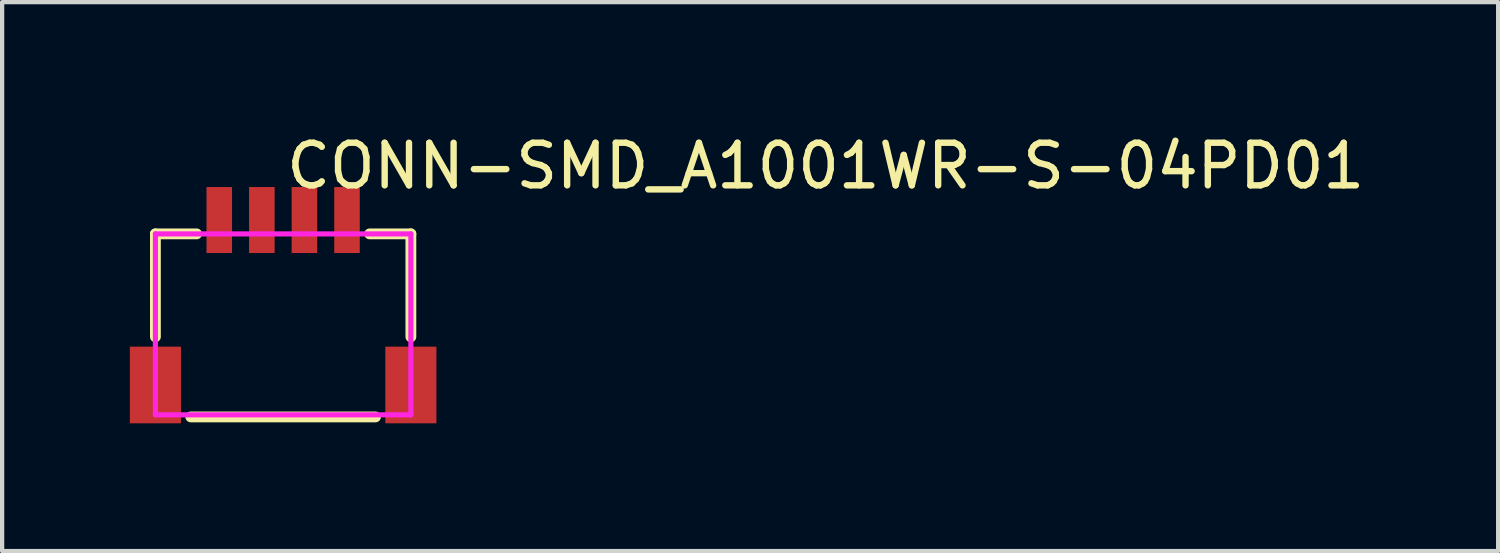
<source format=kicad_pcb>
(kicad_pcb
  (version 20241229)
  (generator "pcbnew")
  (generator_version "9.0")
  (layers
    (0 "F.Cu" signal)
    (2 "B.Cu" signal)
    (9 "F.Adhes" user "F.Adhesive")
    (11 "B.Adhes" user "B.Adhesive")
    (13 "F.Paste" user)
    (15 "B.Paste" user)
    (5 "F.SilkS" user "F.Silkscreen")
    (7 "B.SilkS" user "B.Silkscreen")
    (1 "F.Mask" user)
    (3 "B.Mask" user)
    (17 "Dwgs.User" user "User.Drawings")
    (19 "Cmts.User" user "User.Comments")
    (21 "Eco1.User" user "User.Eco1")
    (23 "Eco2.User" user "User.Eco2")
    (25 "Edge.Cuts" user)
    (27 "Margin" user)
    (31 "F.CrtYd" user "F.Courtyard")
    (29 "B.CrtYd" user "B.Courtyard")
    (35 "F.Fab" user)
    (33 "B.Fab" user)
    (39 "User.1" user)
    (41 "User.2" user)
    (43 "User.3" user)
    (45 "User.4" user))
  (footprint "CONN-SMD_A1001WR-S-04PD01"
    (layer "F.Cu")
    (at 3.6 4.055)
    (property "Reference" "CONN-SMD_A1001WR-S-04PD01" (at 0 -3.207 0) (layer "F.SilkS") (effects (font (size 1 1) (thickness 0.15)) (justify left)))
    (attr through_hole)
    (fp_line (start -3 -1.612) (end -3 0.806) (stroke (width 0.254) (type solid)) (layer "F.SilkS"))
    (fp_line (start -2.169 2.687) (end 2.169 2.687) (stroke (width 0.254) (type solid)) (layer "F.SilkS"))
    (fp_line (start -2.031 -1.612) (end -3 -1.612) (stroke (width 0.254) (type solid)) (layer "F.SilkS"))
    (fp_line (start 3 -1.612) (end 2.031 -1.612) (stroke (width 0.254) (type solid)) (layer "F.SilkS"))
    (fp_line (start 3 -1.612) (end 3 0.806) (stroke (width 0.254) (type solid)) (layer "F.SilkS"))
    (fp_circle (center -3 -2.312) (end -2.97 -2.312) (stroke (width 0.06) (type solid)) (fill no) (layer "Eco2.User"))
    (fp_poly (pts (xy -2.8 2.638) (xy -3 2.638) (xy -3 1.238) (xy -2.8 1.238)) (stroke (width 0.12) (type solid)) (fill no) (layer "Eco2.User"))
    (fp_poly (pts (xy -1.4 -2.312) (xy -1.4 -1.312) (xy -1.6 -1.312) (xy -1.6 -2.312)) (stroke (width 0.12) (type solid)) (fill no) (layer "Eco2.User"))
    (fp_poly (pts (xy -0.4 -2.312) (xy -0.4 -1.312) (xy -0.6 -1.312) (xy -0.6 -2.312)) (stroke (width 0.12) (type solid)) (fill no) (layer "Eco2.User"))
    (fp_poly (pts (xy 0.6 -2.312) (xy 0.6 -1.312) (xy 0.4 -1.312) (xy 0.4 -2.312)) (stroke (width 0.12) (type solid)) (fill no) (layer "Eco2.User"))
    (fp_poly (pts (xy 1.6 -2.312) (xy 1.6 -1.312) (xy 1.4 -1.312) (xy 1.4 -2.312)) (stroke (width 0.12) (type solid)) (fill no) (layer "Eco2.User"))
    (fp_poly (pts (xy 3 2.638) (xy 2.8 2.638) (xy 2.8 1.238) (xy 3 1.238)) (stroke (width 0.12) (type solid)) (fill no) (layer "Eco2.User"))
    (fp_line (start -3 -1.612) (end 3 -1.612) (stroke (width 0.12) (type solid)) (layer "F.CrtYd"))
    (fp_line (start -3 2.638) (end -3 -1.612) (stroke (width 0.12) (type solid)) (layer "F.CrtYd"))
    (fp_line (start 3 -1.612) (end 3 2.638) (stroke (width 0.12) (type solid)) (layer "F.CrtYd"))
    (fp_line (start 3 2.638) (end -3 2.638) (stroke (width 0.12) (type solid)) (layer "F.CrtYd"))
    (pad "1" smd rect (at -1.5 -1.937 90) (size 1.55 0.6) (layers "F.Cu" "F.Mask" "F.Paste"))
    (pad "2" smd rect (at -0.5 -1.937 90) (size 1.55 0.6) (layers "F.Cu" "F.Mask" "F.Paste"))
    (pad "3" smd rect (at 0.5 -1.937 90) (size 1.55 0.6) (layers "F.Cu" "F.Mask" "F.Paste"))
    (pad "4" smd rect (at 1.5 -1.937 90) (size 1.55 0.6) (layers "F.Cu" "F.Mask" "F.Paste"))
    (pad "5" smd rect (at 3 1.937 180) (size 1.2 1.8) (layers "F.Cu" "F.Mask" "F.Paste"))
    (pad "6" smd rect (at -3 1.937 180) (size 1.2 1.8) (layers "F.Cu" "F.Mask" "F.Paste")))
  (gr_rect
    (start -3 -3)
    (end 32.136 9.892)
    (stroke (width 0.1) (type default))
    (fill no)
    (layer "Edge.Cuts")))
</source>
